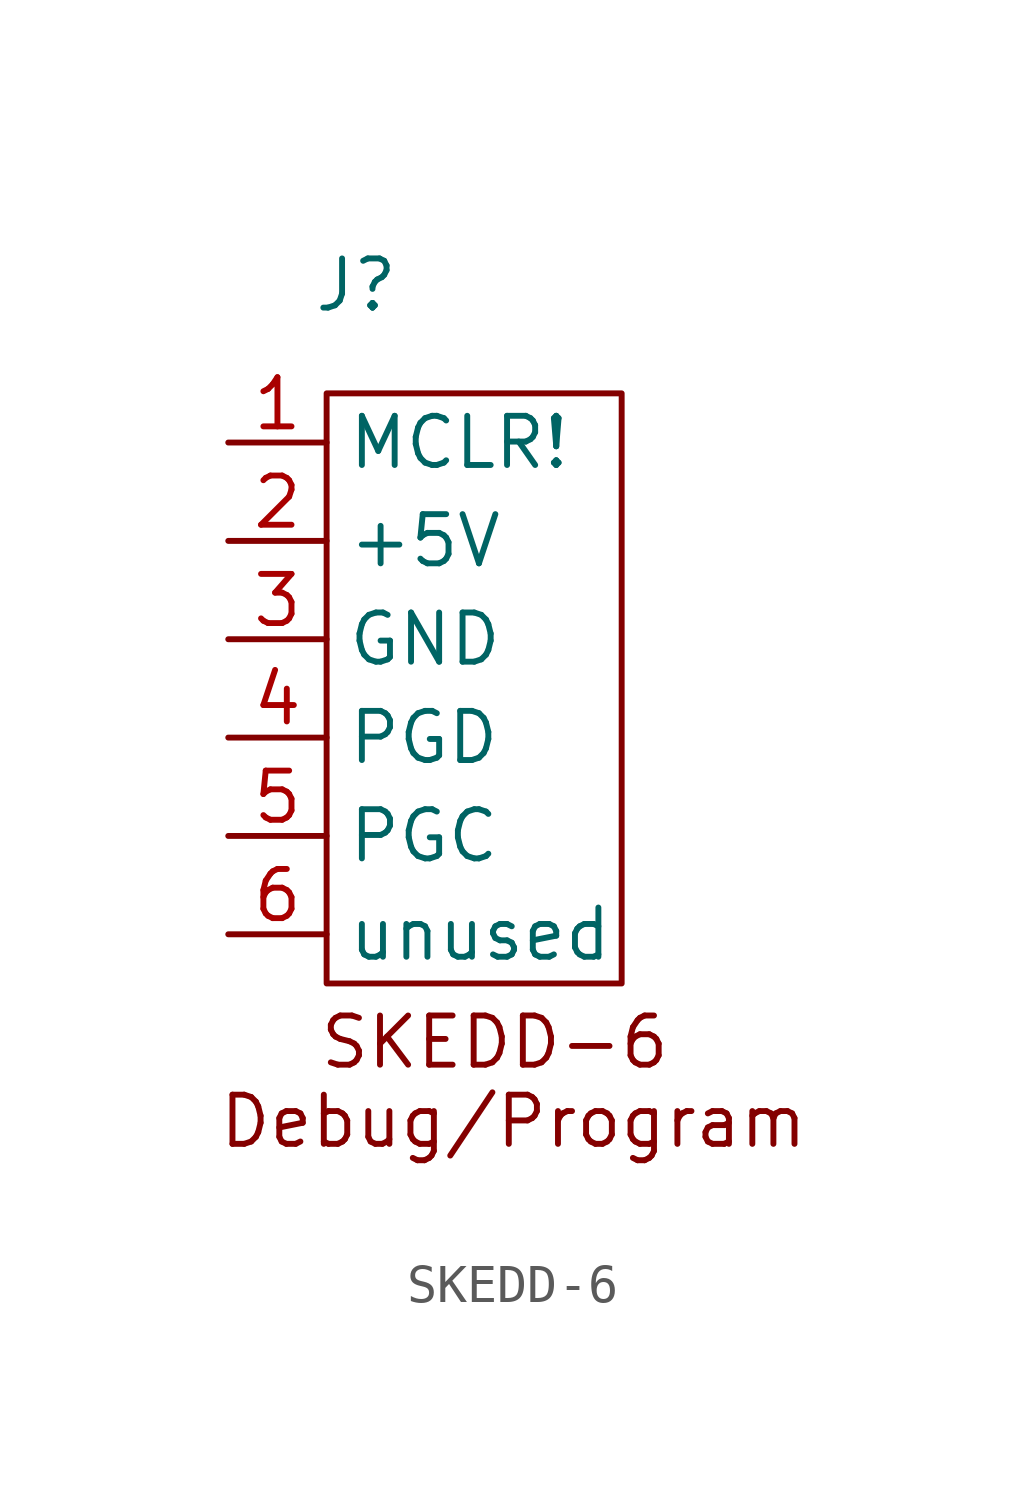
<source format=kicad_sym>
(kicad_symbol_lib
  (version 20231120)
  (generator "kicad_symbol_editor")
  (generator_version "8.0")
  (symbol "SKEDD-6"
    (property "Reference" "J"
      (at 3.302 4.064 0)
      (effects (font (size 1.27 1.27))))
    (property "Value" ""
      (at 0 0 0)
      (effects (font (size 1.27 1.27))))
    (symbol "SKEDD-6_0_1"
      (rectangle (start 2.54 1.27) (end 10.16 -13.97) (stroke (width 0) (type default)) (fill (type none))))
    (symbol "SKEDD-6_1_1"
      (text "SKEDD-6 \nDebug/Program" (at 7.366 -16.51 0) (effects (font (size 1.27 1.27))))
      (pin bidirectional line (at 0 0 0) (length 2.54) (name "MCLR!" (effects (font (size 1.27 1.27)))) (number "1" (effects (font (size 1.27 1.27)))))
      (pin power_in line (at 0 -2.54 0) (length 2.54) (name "+5V" (effects (font (size 1.27 1.27)))) (number "2" (effects (font (size 1.27 1.27)))))
      (pin power_in line (at 0 -5.08 0) (length 2.54) (name "GND" (effects (font (size 1.27 1.27)))) (number "3" (effects (font (size 1.27 1.27)))))
      (pin bidirectional line (at 0 -7.62 0) (length 2.54) (name "PGD" (effects (font (size 1.27 1.27)))) (number "4" (effects (font (size 1.27 1.27)))))
      (pin input line (at 0 -10.16 0) (length 2.54) (name "PGC" (effects (font (size 1.27 1.27)))) (number "5" (effects (font (size 1.27 1.27)))))
      (pin unspecified line (at 0 -12.7 0) (length 2.54) (name "unused" (effects (font (size 1.27 1.27)))) (number "6" (effects (font (size 1.27 1.27))))))))
</source>
